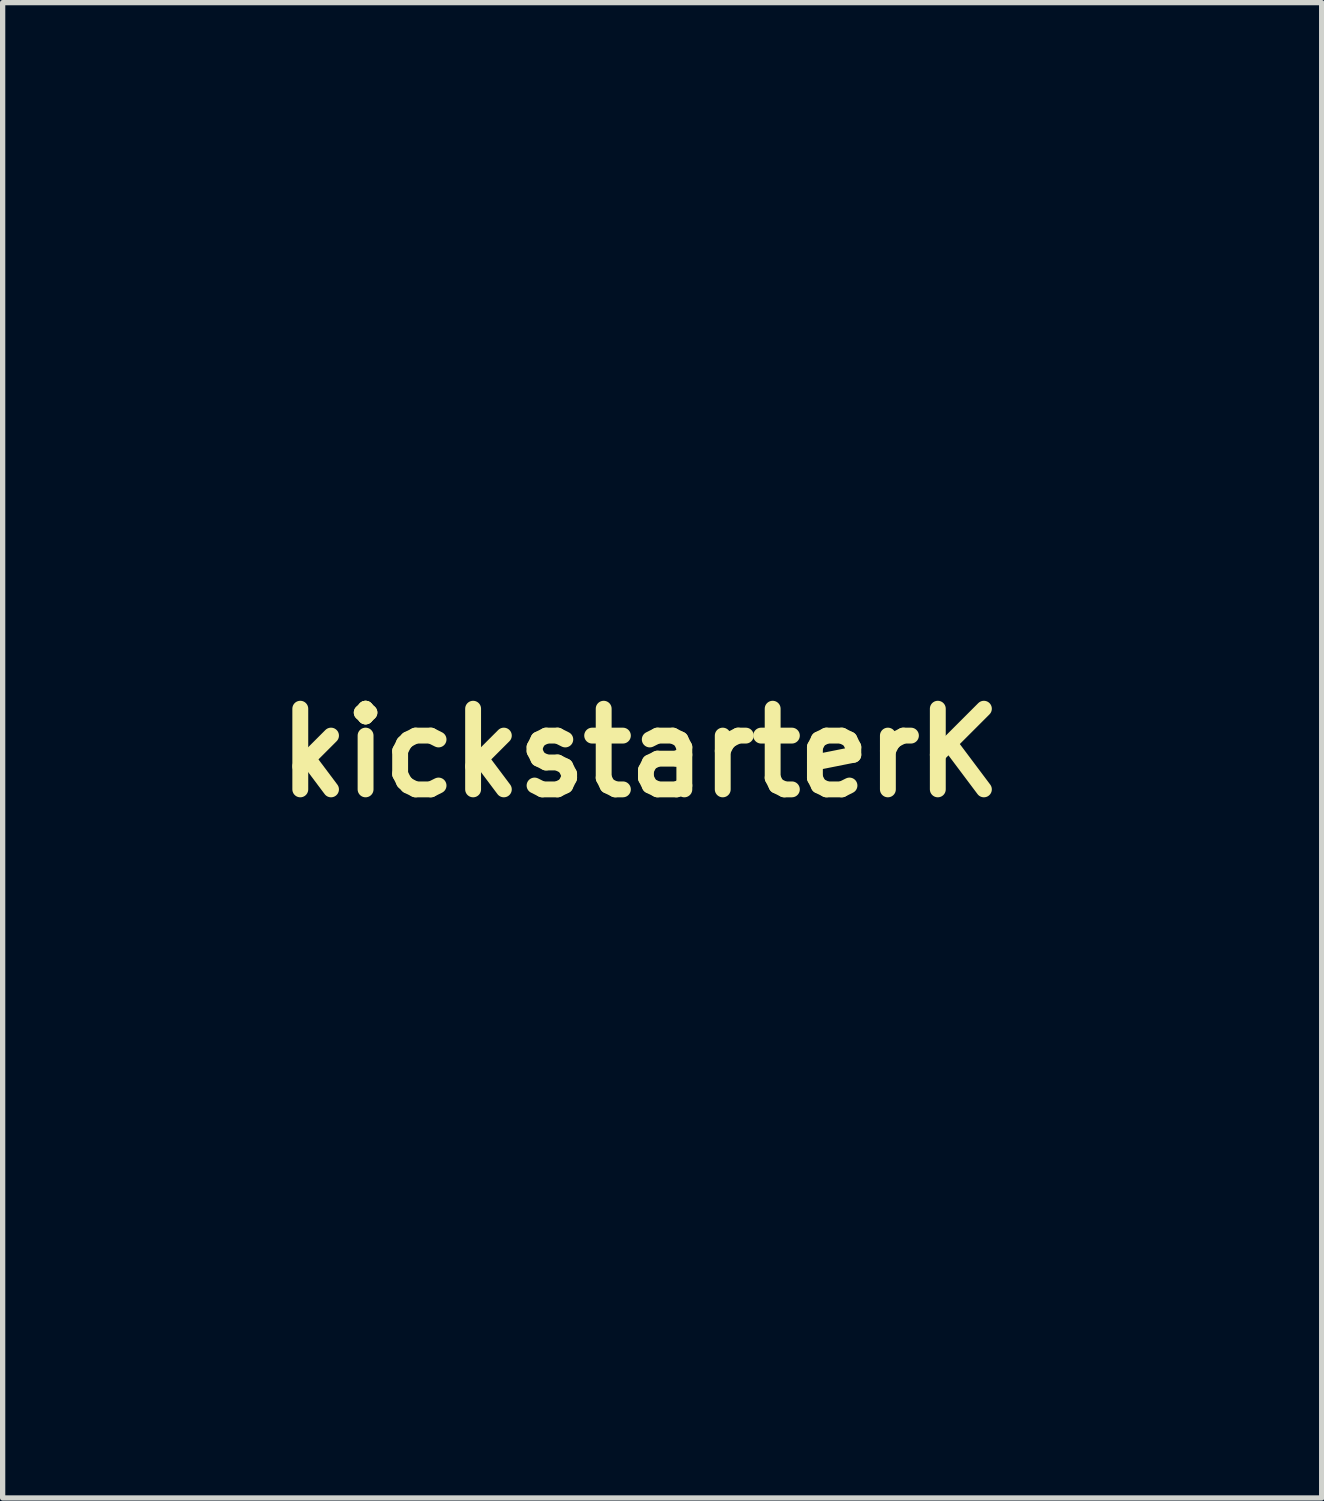
<source format=kicad_pcb>
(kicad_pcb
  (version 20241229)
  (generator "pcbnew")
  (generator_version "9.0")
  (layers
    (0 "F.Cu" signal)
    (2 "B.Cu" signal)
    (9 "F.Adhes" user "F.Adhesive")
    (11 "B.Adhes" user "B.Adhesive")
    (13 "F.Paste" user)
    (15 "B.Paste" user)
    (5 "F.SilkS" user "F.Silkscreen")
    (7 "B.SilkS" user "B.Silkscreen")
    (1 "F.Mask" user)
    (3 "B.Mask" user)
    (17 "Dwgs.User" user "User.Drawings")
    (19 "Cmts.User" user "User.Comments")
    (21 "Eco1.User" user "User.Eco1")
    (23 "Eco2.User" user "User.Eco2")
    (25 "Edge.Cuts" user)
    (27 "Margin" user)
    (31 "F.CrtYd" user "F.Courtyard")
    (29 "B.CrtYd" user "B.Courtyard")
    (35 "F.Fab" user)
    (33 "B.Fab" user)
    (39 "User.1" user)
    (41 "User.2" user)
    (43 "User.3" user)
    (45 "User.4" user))
  (footprint "kickstarterK"
    (layer "F.Cu")
    (at 9.047 11.177)
    (property "Reference" "kickstarterK" (at 0 0 0) (layer "F.SilkS") (effects (font (size 1.524 1.524) (thickness 0.3))))
    (attr through_hole)
    (fp_poly (pts (xy -4.868 -11.155) (xy -4.558 -11.114) (xy -4.506 -11.104) (xy -4.004 -10.945) (xy -3.52 -10.703) (xy -3.069 -10.391) (xy -2.664 -10.021) (xy -2.32 -9.605) (xy -2.052 -9.158) (xy -1.916 -8.826) (xy -1.891 -8.748) (xy -1.87 -8.666) (xy -1.853 -8.571) (xy -1.839 -8.453) (xy -1.827 -8.303) (xy -1.817 -8.11) (xy -1.809 -7.866) (xy -1.802 -7.561) (xy -1.795 -7.184) (xy -1.789 -6.726) (xy -1.782 -6.178) (xy -1.781 -6.093) (xy -1.753 -3.678) (xy 0.33 -6.701) (xy 0.715 -7.257) (xy 1.081 -7.783) (xy 1.423 -8.272) (xy 1.738 -8.716) (xy 2.019 -9.111) (xy 2.263 -9.448) (xy 2.465 -9.723) (xy 2.62 -9.927) (xy 2.725 -10.056) (xy 2.743 -10.077) (xy 3.133 -10.44) (xy 3.56 -10.741) (xy 4.002 -10.965) (xy 4.172 -11.028) (xy 4.334 -11.077) (xy 4.485 -11.111) (xy 4.649 -11.133) (xy 4.85 -11.145) (xy 5.114 -11.15) (xy 5.309 -11.151) (xy 5.621 -11.149) (xy 5.855 -11.141) (xy 6.036 -11.126) (xy 6.188 -11.1) (xy 6.336 -11.06) (xy 6.426 -11.031) (xy 6.961 -10.8) (xy 7.463 -10.482) (xy 7.915 -10.093) (xy 8.303 -9.645) (xy 8.61 -9.152) (xy 8.631 -9.112) (xy 8.792 -8.733) (xy 8.895 -8.35) (xy 8.948 -7.928) (xy 8.959 -7.595) (xy 8.942 -7.139) (xy 8.881 -6.745) (xy 8.77 -6.38) (xy 8.619 -6.045) (xy 8.561 -5.946) (xy 8.45 -5.771) (xy 8.292 -5.529) (xy 8.093 -5.228) (xy 7.857 -4.876) (xy 7.591 -4.48) (xy 7.299 -4.051) (xy 6.988 -3.594) (xy 6.662 -3.119) (xy 6.586 -3.008) (xy 4.721 -0.301) (xy 6.974 2.554) (xy 7.35 3.032) (xy 7.712 3.493) (xy 8.055 3.93) (xy 8.371 4.334) (xy 8.656 4.7) (xy 8.905 5.02) (xy 9.112 5.288) (xy 9.27 5.495) (xy 9.375 5.634) (xy 9.415 5.69) (xy 9.525 5.88) (xy 9.639 6.12) (xy 9.732 6.358) (xy 9.738 6.375) (xy 9.799 6.576) (xy 9.838 6.756) (xy 9.861 6.949) (xy 9.871 7.187) (xy 9.873 7.391) (xy 9.862 7.81) (xy 9.82 8.165) (xy 9.74 8.491) (xy 9.614 8.825) (xy 9.488 9.093) (xy 9.374 9.307) (xy 9.251 9.495) (xy 9.1 9.684) (xy 8.899 9.901) (xy 8.79 10.013) (xy 8.565 10.234) (xy 8.381 10.398) (xy 8.212 10.523) (xy 8.034 10.63) (xy 7.874 10.711) (xy 7.535 10.864) (xy 7.232 10.968) (xy 6.928 11.033) (xy 6.591 11.066) (xy 6.225 11.074) (xy 5.66 11.045) (xy 5.167 10.959) (xy 4.734 10.81) (xy 4.347 10.595) (xy 4.079 10.387) (xy 4.009 10.314) (xy 3.88 10.168) (xy 3.699 9.954) (xy 3.47 9.679) (xy 3.198 9.35) (xy 2.888 8.972) (xy 2.545 8.552) (xy 2.175 8.095) (xy 1.782 7.609) (xy 1.371 7.098) (xy 1.035 6.678) (xy -1.753 3.193) (xy -1.783 5.572) (xy -1.791 6.159) (xy -1.799 6.655) (xy -1.808 7.071) (xy -1.819 7.416) (xy -1.833 7.703) (xy -1.851 7.94) (xy -1.873 8.14) (xy -1.902 8.312) (xy -1.937 8.467) (xy -1.98 8.615) (xy -2.031 8.768) (xy -2.085 8.915) (xy -2.275 9.317) (xy -2.542 9.721) (xy -2.867 10.1) (xy -2.985 10.217) (xy -3.364 10.531) (xy -3.76 10.767) (xy -4.189 10.932) (xy -4.667 11.03) (xy -5.211 11.068) (xy -5.38 11.069) (xy -5.646 11.063) (xy -5.895 11.053) (xy -6.097 11.039) (xy -6.224 11.023) (xy -6.771 10.864) (xy -7.274 10.616) (xy -7.727 10.286) (xy -8.122 9.88) (xy -8.453 9.404) (xy -8.712 8.864) (xy -8.741 8.789) (xy -8.78 8.68) (xy -8.816 8.579) (xy -8.848 8.48) (xy -8.878 8.378) (xy -8.904 8.268) (xy -8.927 8.144) (xy -8.947 8.002) (xy -8.965 7.836) (xy -8.981 7.641) (xy -8.994 7.413) (xy -9.005 7.146) (xy -9.014 6.834) (xy -9.022 6.474) (xy -9.028 6.059) (xy -9.033 5.585) (xy -9.036 5.046) (xy -9.039 4.438) (xy -9.04 3.755) (xy -9.041 2.992) (xy -9.042 2.145) (xy -9.042 1.207) (xy -9.042 0.174) (xy -9.042 -0.108) (xy -9.042 -1.157) (xy -9.042 -2.111) (xy -9.042 -2.972) (xy -9.041 -3.748) (xy -9.04 -4.443) (xy -9.038 -5.062) (xy -9.035 -5.609) (xy -9.031 -6.092) (xy -9.026 -6.514) (xy -9.019 -6.88) (xy -9.011 -7.196) (xy -9.001 -7.468) (xy -8.99 -7.699) (xy -8.976 -7.895) (xy -8.96 -8.062) (xy -8.942 -8.204) (xy -8.921 -8.327) (xy -8.897 -8.436) (xy -8.871 -8.535) (xy -8.841 -8.631) (xy -8.809 -8.727) (xy -8.773 -8.83) (xy -8.766 -8.851) (xy -8.537 -9.368) (xy -8.229 -9.843) (xy -7.855 -10.263) (xy -7.426 -10.617) (xy -6.954 -10.893) (xy -6.604 -11.032) (xy -6.334 -11.097) (xy -5.995 -11.142) (xy -5.617 -11.167) (xy -5.231 -11.172) (xy -4.868 -11.155)) (stroke (width 0.01) (type solid)) (fill yes) (layer "F.Mask")))
  (gr_rect
    (start -3 -3)
    (end 21.925 25.256)
    (stroke (width 0.1) (type default))
    (fill no)
    (layer "Edge.Cuts")))
</source>
